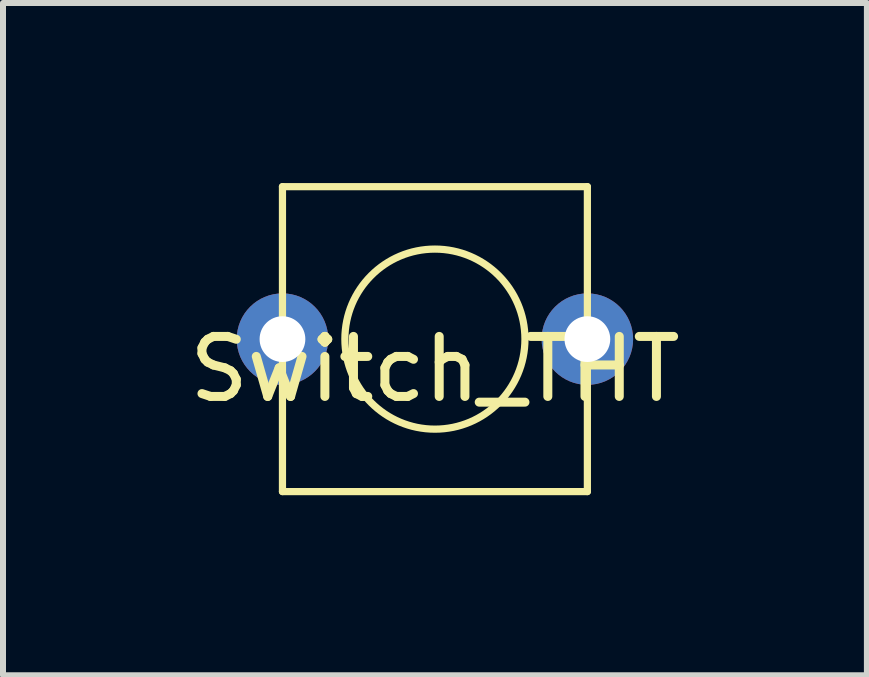
<source format=kicad_pcb>
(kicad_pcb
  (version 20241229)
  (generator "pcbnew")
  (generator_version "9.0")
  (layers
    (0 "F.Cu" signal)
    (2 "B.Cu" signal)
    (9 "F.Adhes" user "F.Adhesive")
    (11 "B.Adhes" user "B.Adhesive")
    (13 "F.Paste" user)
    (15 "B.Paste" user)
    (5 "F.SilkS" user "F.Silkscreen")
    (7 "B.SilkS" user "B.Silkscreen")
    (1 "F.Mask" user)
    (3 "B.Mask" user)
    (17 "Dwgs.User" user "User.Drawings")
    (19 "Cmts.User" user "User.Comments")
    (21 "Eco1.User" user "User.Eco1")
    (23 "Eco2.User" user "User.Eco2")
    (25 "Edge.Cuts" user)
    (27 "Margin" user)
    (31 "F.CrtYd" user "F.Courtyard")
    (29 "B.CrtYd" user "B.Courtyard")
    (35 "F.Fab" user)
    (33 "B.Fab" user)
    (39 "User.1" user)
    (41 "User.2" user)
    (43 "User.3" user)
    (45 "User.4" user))
  (footprint "Switch_THT"
    (layer "F.Cu")
    (at 4.196 2.6)
    (property "Reference" "Switch_THT" (at 0 0.5 0) (layer "F.SilkS") (effects (font (size 1 1) (thickness 0.15))))
    (attr through_hole)
    (fp_line (start -2.54 -2.54) (end -2.54 2.54) (stroke (width 0.12) (type solid)) (layer "F.SilkS"))
    (fp_line (start -2.54 2.54) (end 2.54 2.54) (stroke (width 0.12) (type solid)) (layer "F.SilkS"))
    (fp_line (start 2.54 -2.54) (end -2.54 -2.54) (stroke (width 0.12) (type solid)) (layer "F.SilkS"))
    (fp_line (start 2.54 2.54) (end 2.54 -2.54) (stroke (width 0.12) (type solid)) (layer "F.SilkS"))
    (fp_circle (center 0 0) (end 1.5 0) (stroke (width 0.12) (type solid)) (fill no) (layer "F.SilkS"))
    (pad "1" thru_hole circle (at -2.54 0) (size 1.524 1.524) (drill 0.762) (layers "*.Cu" "*.Mask"))
    (pad "2" thru_hole circle (at 2.54 0) (size 1.524 1.524) (drill 0.762) (layers "*.Cu" "*.Mask")))
  (gr_rect
    (start -3 -3)
    (end 11.393 8.2)
    (stroke (width 0.1) (type default))
    (fill no)
    (layer "Edge.Cuts")))
</source>
